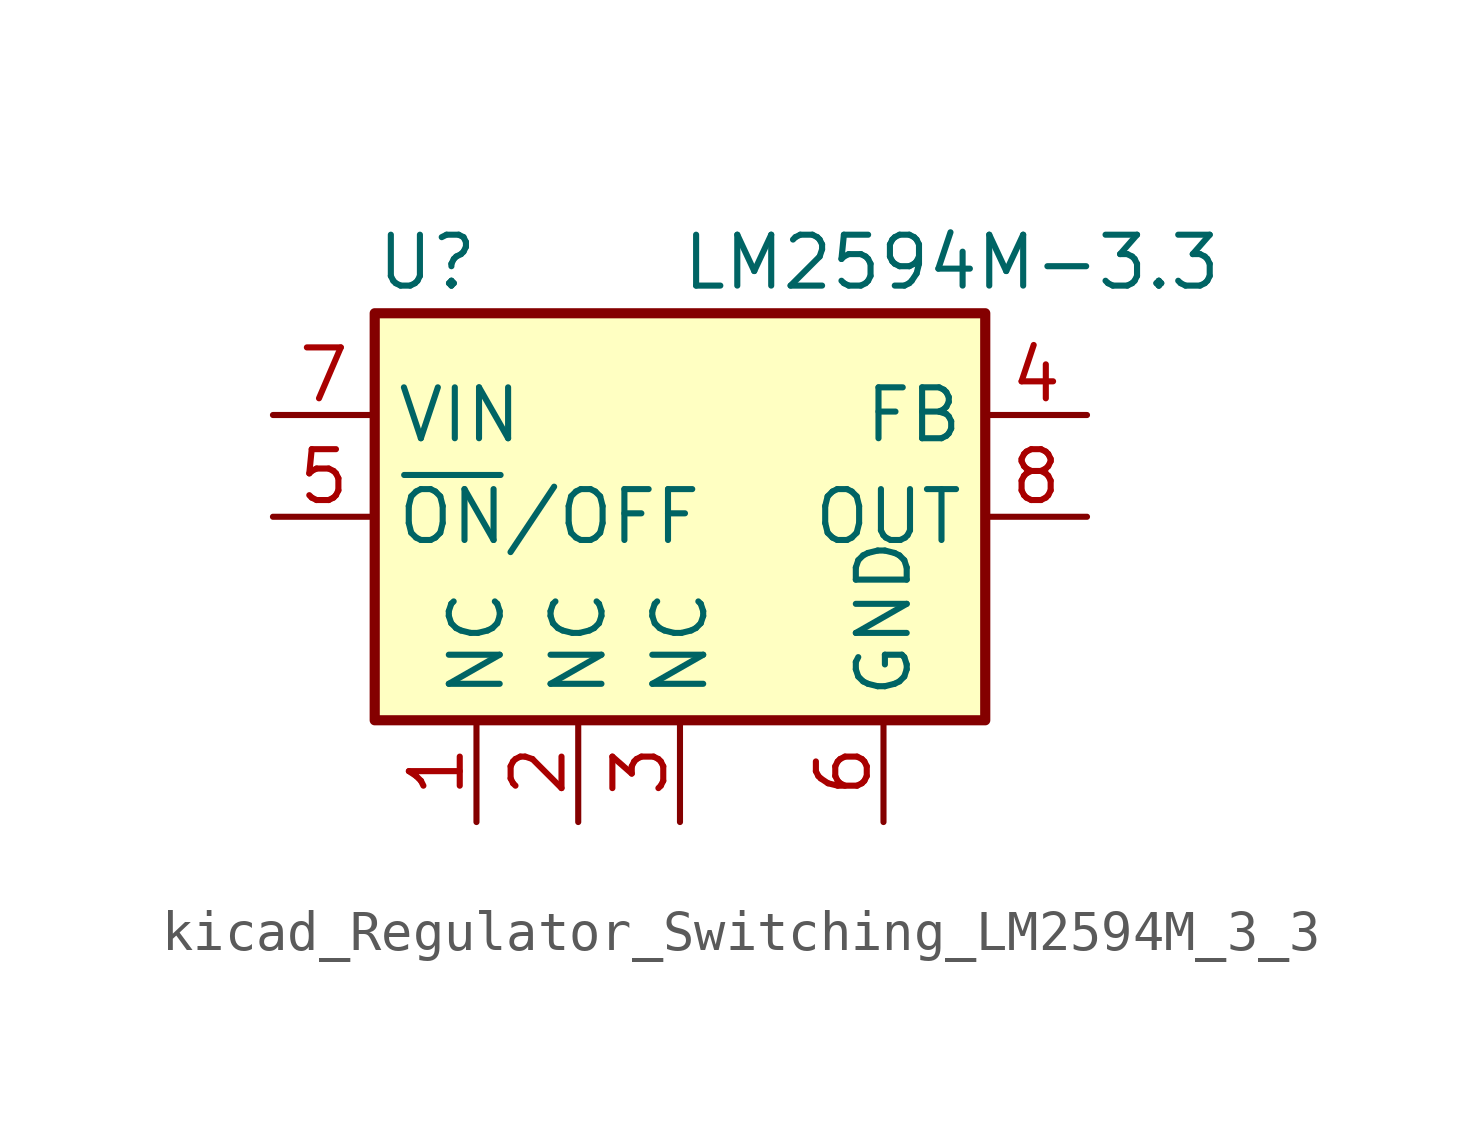
<source format=kicad_sym>
(kicad_symbol_lib
  (version 20220914)
  (generator kicad_symbol_editor)
  (symbol "kicad_Regulator_Switching_LM2594M_3_3"
    (property "Reference" "U"
      (at -7.62 6.35 0)
      (effects (font (size 1.27 1.27)) (justify left)))
    (property "Value" "LM2594M-3.3"
      (at 0 6.35 0)
      (effects (font (size 1.27 1.27)) (justify left)))
    (symbol "kicad_Regulator_Switching_LM2594M_3_3_0_1"
      (rectangle (start -7.62 5.08) (end 7.62 -5.08) (stroke (width 0.254) (type default)) (fill (type background))))
    (symbol "kicad_Regulator_Switching_LM2594M_3_3_1_1"
      (pin passive line (at -5.08 -7.62 90) (length 2.54) (name "NC" (effects (font (size 1.27 1.27)))) (number "1" (effects (font (size 1.27 1.27)))))
      (pin passive line (at -2.54 -7.62 90) (length 2.54) (name "NC" (effects (font (size 1.27 1.27)))) (number "2" (effects (font (size 1.27 1.27)))))
      (pin passive line (at 0 -7.62 90) (length 2.54) (name "NC" (effects (font (size 1.27 1.27)))) (number "3" (effects (font (size 1.27 1.27)))))
      (pin input line (at 10.16 2.54 180) (length 2.54) (name "FB" (effects (font (size 1.27 1.27)))) (number "4" (effects (font (size 1.27 1.27)))))
      (pin input line (at -10.16 0 0) (length 2.54) (name "~{ON}/OFF" (effects (font (size 1.27 1.27)))) (number "5" (effects (font (size 1.27 1.27)))))
      (pin power_in line (at 5.08 -7.62 90) (length 2.54) (name "GND" (effects (font (size 1.27 1.27)))) (number "6" (effects (font (size 1.27 1.27)))))
      (pin power_in line (at -10.16 2.54 0) (length 2.54) (name "VIN" (effects (font (size 1.27 1.27)))) (number "7" (effects (font (size 1.27 1.27)))))
      (pin output line (at 10.16 0 180) (length 2.54) (name "OUT" (effects (font (size 1.27 1.27)))) (number "8" (effects (font (size 1.27 1.27))))))))
</source>
